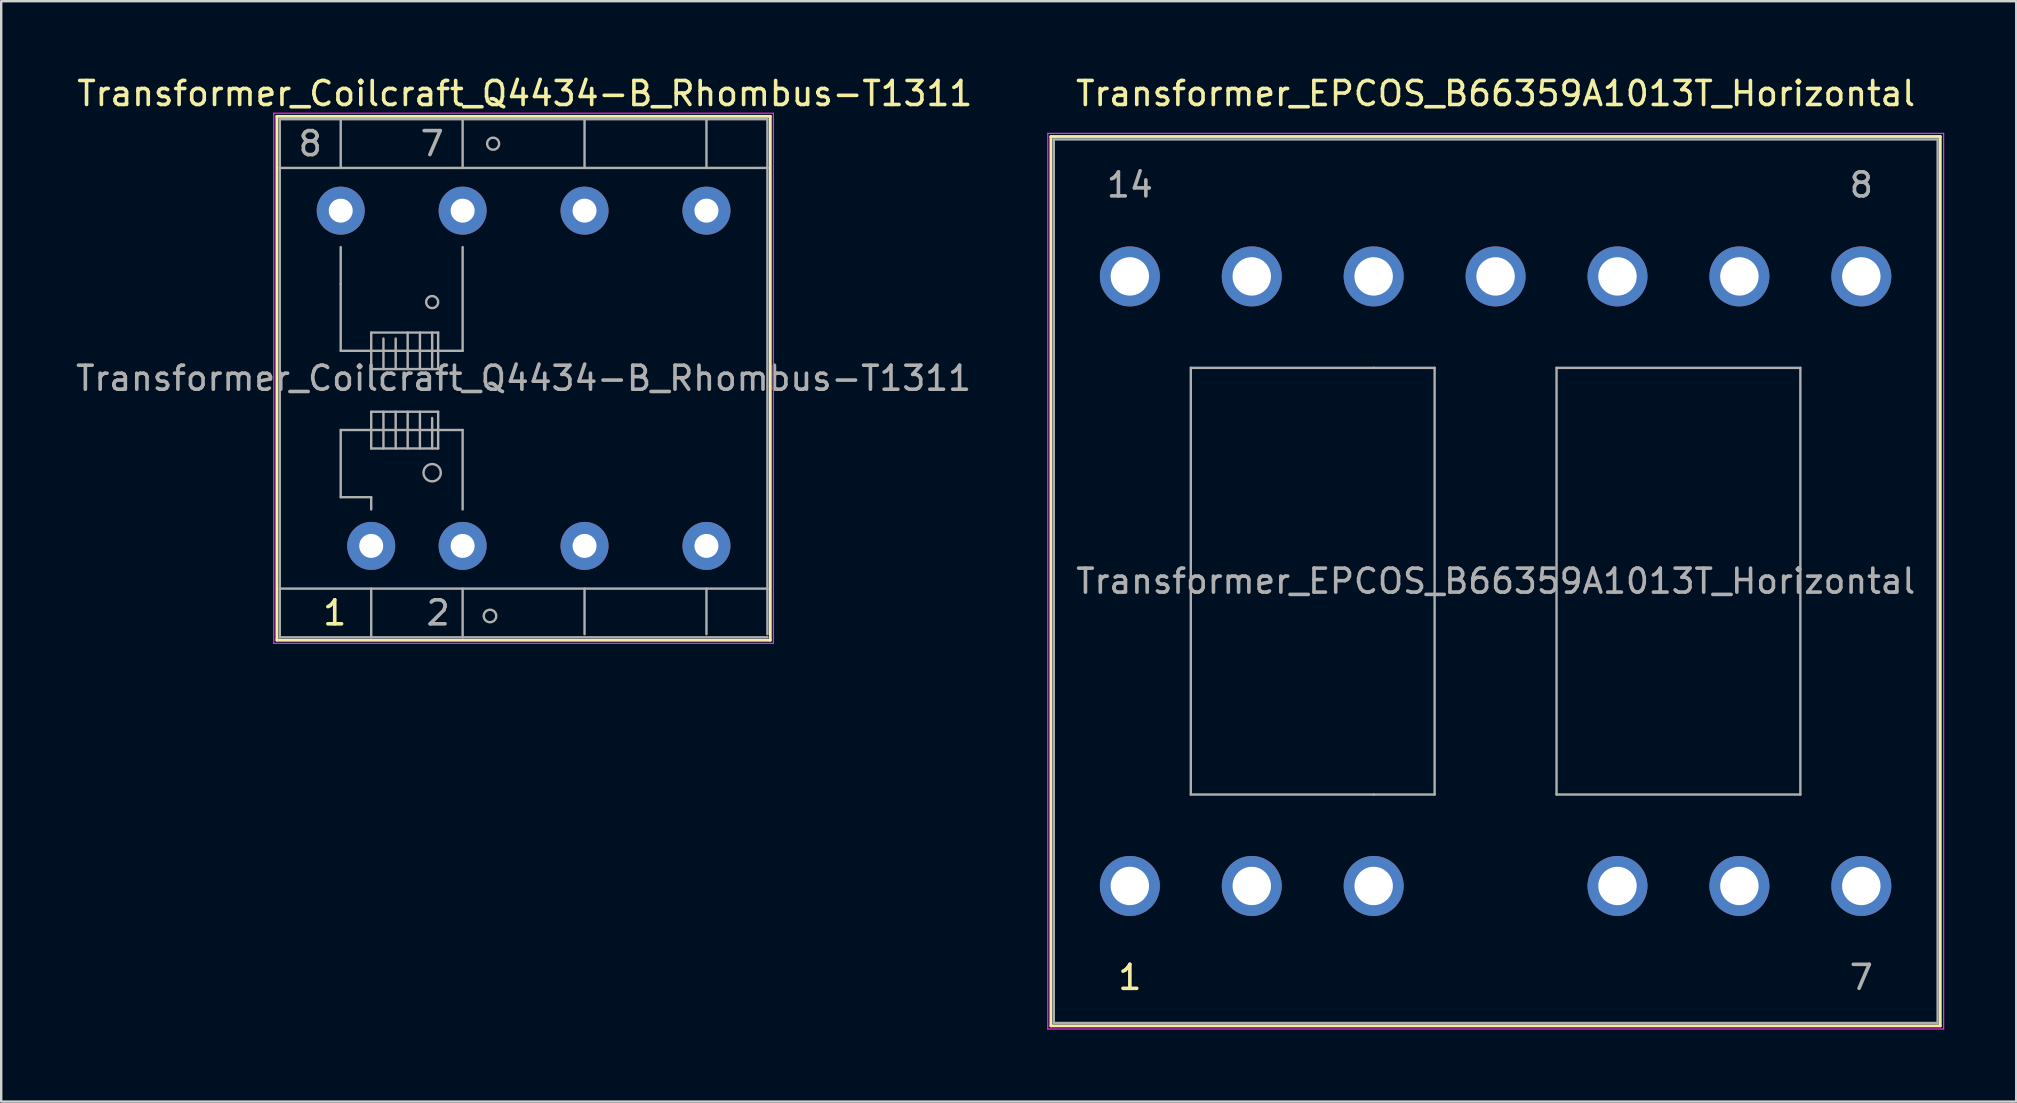
<source format=kicad_pcb>
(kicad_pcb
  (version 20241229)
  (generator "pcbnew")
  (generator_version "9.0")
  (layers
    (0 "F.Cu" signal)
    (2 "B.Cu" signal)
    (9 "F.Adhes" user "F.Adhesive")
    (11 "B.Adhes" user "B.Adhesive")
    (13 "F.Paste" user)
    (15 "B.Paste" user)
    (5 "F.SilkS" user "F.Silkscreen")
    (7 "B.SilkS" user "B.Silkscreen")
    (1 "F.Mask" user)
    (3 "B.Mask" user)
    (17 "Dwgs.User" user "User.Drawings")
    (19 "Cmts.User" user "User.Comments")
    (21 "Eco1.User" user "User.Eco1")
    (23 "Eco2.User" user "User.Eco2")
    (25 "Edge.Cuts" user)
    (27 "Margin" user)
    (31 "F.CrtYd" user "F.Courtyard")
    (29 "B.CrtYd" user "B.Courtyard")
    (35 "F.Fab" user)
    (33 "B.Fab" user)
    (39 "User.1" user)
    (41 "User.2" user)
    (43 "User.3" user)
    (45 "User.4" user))
  (footprint "Transformer_EPCOS_B66359A1013T_Horizontal"
    (layer "F.Cu")
    (at 44.031 33.868)
    (property "Reference" "Transformer_EPCOS_B66359A1013T_Horizontal" (at 15.24 -33.02 0) (layer "F.SilkS") (effects (font (size 1 1) (thickness 0.15))))
    (attr through_hole)
    (fp_line (start -3.29 -31.23) (end -3.29 5.83) (stroke (width 0.12) (type solid)) (layer "F.SilkS"))
    (fp_line (start -3.29 -31.23) (end 33.77 -31.23) (stroke (width 0.12) (type solid)) (layer "F.SilkS"))
    (fp_line (start 33.77 5.83) (end -3.29 5.83) (stroke (width 0.12) (type solid)) (layer "F.SilkS"))
    (fp_line (start 33.77 5.83) (end 33.77 -31.23) (stroke (width 0.12) (type solid)) (layer "F.SilkS"))
    (fp_line (start -3.42 -31.36) (end -3.42 5.96) (stroke (width 0.05) (type solid)) (layer "F.CrtYd"))
    (fp_line (start -3.42 -31.36) (end 33.91 -31.36) (stroke (width 0.05) (type solid)) (layer "F.CrtYd"))
    (fp_line (start 33.91 5.96) (end -3.42 5.96) (stroke (width 0.05) (type solid)) (layer "F.CrtYd"))
    (fp_line (start 33.91 5.96) (end 33.91 -31.36) (stroke (width 0.05) (type solid)) (layer "F.CrtYd"))
    (fp_line (start -3.17 -31.11) (end 33.66 -31.11) (stroke (width 0.1) (type solid)) (layer "F.Fab"))
    (fp_line (start -3.17 5.71) (end -3.17 -31.11) (stroke (width 0.1) (type solid)) (layer "F.Fab"))
    (fp_line (start 2.54 -21.59) (end 2.54 -3.81) (stroke (width 0.1) (type solid)) (layer "F.Fab"))
    (fp_line (start 2.54 -3.81) (end 10.16 -3.81) (stroke (width 0.1) (type solid)) (layer "F.Fab"))
    (fp_line (start 10.16 -21.59) (end 2.54 -21.59) (stroke (width 0.1) (type solid)) (layer "F.Fab"))
    (fp_line (start 10.16 -21.59) (end 12.7 -21.59) (stroke (width 0.1) (type solid)) (layer "F.Fab"))
    (fp_line (start 12.7 -21.59) (end 12.7 -3.81) (stroke (width 0.1) (type solid)) (layer "F.Fab"))
    (fp_line (start 12.7 -3.81) (end 10.16 -3.81) (stroke (width 0.1) (type solid)) (layer "F.Fab"))
    (fp_line (start 17.78 -21.59) (end 17.78 -3.81) (stroke (width 0.1) (type solid)) (layer "F.Fab"))
    (fp_line (start 17.78 -3.81) (end 27.94 -3.81) (stroke (width 0.1) (type solid)) (layer "F.Fab"))
    (fp_line (start 27.94 -21.59) (end 17.78 -21.59) (stroke (width 0.1) (type solid)) (layer "F.Fab"))
    (fp_line (start 27.94 -3.81) (end 27.94 -21.59) (stroke (width 0.1) (type solid)) (layer "F.Fab"))
    (fp_line (start 33.66 -31.11) (end 33.66 5.71) (stroke (width 0.1) (type solid)) (layer "F.Fab"))
    (fp_line (start 33.66 5.71) (end -3.17 5.71) (stroke (width 0.1) (type solid)) (layer "F.Fab"))
    (fp_text user "1" (at 0 3.81 0) (layer "F.SilkS") (effects (font (size 1 1) (thickness 0.15))))
    (fp_text user "7" (at 30.48 3.81 0) (layer "F.Fab") (effects (font (size 1 1) (thickness 0.15))))
    (fp_text user "14" (at 0 -29.21 0) (layer "F.Fab") (effects (font (size 1 1) (thickness 0.15))))
    (fp_text user "${REFERENCE}" (at 15.245 -12.7 0) (layer "F.Fab") (effects (font (size 1 1) (thickness 0.15))))
    (fp_text user "8" (at 30.48 -29.21 0) (layer "F.Fab") (effects (font (size 1 1) (thickness 0.15))))
    (pad "1" thru_hole circle (at 0 0) (size 2.5 2.5) (drill 1.6) (layers "*.Cu" "*.Mask"))
    (pad "2" thru_hole circle (at 5.08 0) (size 2.5 2.5) (drill 1.6) (layers "*.Cu" "*.Mask"))
    (pad "3" thru_hole circle (at 10.16 0) (size 2.5 2.5) (drill 1.6) (layers "*.Cu" "*.Mask"))
    (pad "5" thru_hole circle (at 20.32 0) (size 2.5 2.5) (drill 1.6) (layers "*.Cu" "*.Mask"))
    (pad "6" thru_hole circle (at 25.4 0) (size 2.5 2.5) (drill 1.6) (layers "*.Cu" "*.Mask"))
    (pad "7" thru_hole circle (at 30.48 0) (size 2.5 2.5) (drill 1.6) (layers "*.Cu" "*.Mask"))
    (pad "8" thru_hole circle (at 30.48 -25.4) (size 2.5 2.5) (drill 1.6) (layers "*.Cu" "*.Mask"))
    (pad "9" thru_hole circle (at 25.4 -25.4) (size 2.5 2.5) (drill 1.6) (layers "*.Cu" "*.Mask"))
    (pad "10" thru_hole circle (at 20.32 -25.4) (size 2.5 2.5) (drill 1.6) (layers "*.Cu" "*.Mask"))
    (pad "11" thru_hole circle (at 15.24 -25.4) (size 2.5 2.5) (drill 1.6) (layers "*.Cu" "*.Mask"))
    (pad "12" thru_hole circle (at 10.16 -25.4) (size 2.5 2.5) (drill 1.6) (layers "*.Cu" "*.Mask"))
    (pad "13" thru_hole circle (at 5.08 -25.4) (size 2.5 2.5) (drill 1.6) (layers "*.Cu" "*.Mask"))
    (pad "14" thru_hole circle (at 0 -25.4) (size 2.5 2.5) (drill 1.6) (layers "*.Cu" "*.Mask")))
  (footprint "Transformer_Coilcraft_Q4434-B_Rhombus-T1311"
    (layer "F.Cu")
    (at 12.418 19.698)
    (property "Reference" "Transformer_Coilcraft_Q4434-B_Rhombus-T1311" (at 6.4 -18.85 0) (layer "F.SilkS") (effects (font (size 1 1) (thickness 0.15))))
    (attr through_hole)
    (fp_line (start -3.93 -17.9) (end -3.93 3.93) (stroke (width 0.12) (type solid)) (layer "F.SilkS"))
    (fp_line (start -3.93 -17.9) (end 16.63 -17.9) (stroke (width 0.12) (type solid)) (layer "F.SilkS"))
    (fp_line (start 16.63 3.93) (end -3.93 3.93) (stroke (width 0.12) (type solid)) (layer "F.SilkS"))
    (fp_line (start 16.63 3.93) (end 16.63 -17.9) (stroke (width 0.12) (type solid)) (layer "F.SilkS"))
    (fp_line (start -4.06 -18.03) (end -4.06 4.06) (stroke (width 0.05) (type solid)) (layer "F.CrtYd"))
    (fp_line (start -4.06 -18.03) (end 16.76 -18.03) (stroke (width 0.05) (type solid)) (layer "F.CrtYd"))
    (fp_line (start 16.76 4.06) (end -4.06 4.06) (stroke (width 0.05) (type solid)) (layer "F.CrtYd"))
    (fp_line (start 16.76 4.06) (end 16.76 -18.03) (stroke (width 0.05) (type solid)) (layer "F.CrtYd"))
    (fp_line (start -3.81 -17.78) (end -3.81 -15.75) (stroke (width 0.1) (type solid)) (layer "F.Fab"))
    (fp_line (start -3.81 -15.75) (end -3.81 1.78) (stroke (width 0.1) (type solid)) (layer "F.Fab"))
    (fp_line (start -3.81 1.78) (end -3.81 3.81) (stroke (width 0.1) (type solid)) (layer "F.Fab"))
    (fp_line (start -3.81 1.78) (end 16.51 1.78) (stroke (width 0.1) (type solid)) (layer "F.Fab"))
    (fp_line (start -3.81 3.81) (end 16.51 3.81) (stroke (width 0.1) (type solid)) (layer "F.Fab"))
    (fp_line (start -1.27 -15.75) (end -1.27 -17.78) (stroke (width 0.1) (type solid)) (layer "F.Fab"))
    (fp_line (start -1.27 -12.45) (end -1.27 -10.92) (stroke (width 0.1) (type solid)) (layer "F.Fab"))
    (fp_line (start -1.27 -10.92) (end -1.27 -8.13) (stroke (width 0.1) (type solid)) (layer "F.Fab"))
    (fp_line (start -1.27 -8.13) (end 3.81 -8.13) (stroke (width 0.1) (type solid)) (layer "F.Fab"))
    (fp_line (start -1.27 -4.83) (end -1.27 -2.03) (stroke (width 0.1) (type solid)) (layer "F.Fab"))
    (fp_line (start -1.27 -2.03) (end 0 -2.03) (stroke (width 0.1) (type solid)) (layer "F.Fab"))
    (fp_line (start 0 -8.89) (end 2.79 -8.89) (stroke (width 0.1) (type solid)) (layer "F.Fab"))
    (fp_line (start 0 -7.37) (end 0 -8.89) (stroke (width 0.1) (type solid)) (layer "F.Fab"))
    (fp_line (start 0 -5.59) (end 0 -4.06) (stroke (width 0.1) (type solid)) (layer "F.Fab"))
    (fp_line (start 0 -4.83) (end -1.27 -4.83) (stroke (width 0.1) (type solid)) (layer "F.Fab"))
    (fp_line (start 0 -4.83) (end 3.81 -4.83) (stroke (width 0.1) (type solid)) (layer "F.Fab"))
    (fp_line (start 0 -4.06) (end 2.79 -4.06) (stroke (width 0.1) (type solid)) (layer "F.Fab"))
    (fp_line (start 0 -2.03) (end 0 -1.52) (stroke (width 0.1) (type solid)) (layer "F.Fab"))
    (fp_line (start 0 1.78) (end 0 3.81) (stroke (width 0.1) (type solid)) (layer "F.Fab"))
    (fp_line (start 0.51 -8.64) (end 0.51 -7.37) (stroke (width 0.1) (type solid)) (layer "F.Fab"))
    (fp_line (start 0.51 -5.59) (end 0.51 -4.06) (stroke (width 0.1) (type solid)) (layer "F.Fab"))
    (fp_line (start 1.02 -8.64) (end 1.02 -7.37) (stroke (width 0.1) (type solid)) (layer "F.Fab"))
    (fp_line (start 1.02 -5.59) (end 1.02 -4.06) (stroke (width 0.1) (type solid)) (layer "F.Fab"))
    (fp_line (start 1.52 -8.89) (end 1.52 -7.37) (stroke (width 0.1) (type solid)) (layer "F.Fab"))
    (fp_line (start 1.52 -5.59) (end 1.52 -4.06) (stroke (width 0.1) (type solid)) (layer "F.Fab"))
    (fp_line (start 2.03 -8.89) (end 2.03 -7.37) (stroke (width 0.1) (type solid)) (layer "F.Fab"))
    (fp_line (start 2.03 -5.59) (end 2.03 -4.06) (stroke (width 0.1) (type solid)) (layer "F.Fab"))
    (fp_line (start 2.54 -8.89) (end 2.54 -7.37) (stroke (width 0.1) (type solid)) (layer "F.Fab"))
    (fp_line (start 2.54 -5.33) (end 2.54 -4.06) (stroke (width 0.1) (type solid)) (layer "F.Fab"))
    (fp_line (start 2.79 -8.89) (end 2.79 -7.37) (stroke (width 0.1) (type solid)) (layer "F.Fab"))
    (fp_line (start 2.79 -7.37) (end 0 -7.37) (stroke (width 0.1) (type solid)) (layer "F.Fab"))
    (fp_line (start 2.79 -5.59) (end 0 -5.59) (stroke (width 0.1) (type solid)) (layer "F.Fab"))
    (fp_line (start 2.79 -4.06) (end 2.79 -5.59) (stroke (width 0.1) (type solid)) (layer "F.Fab"))
    (fp_line (start 3.81 -15.75) (end 3.81 -17.78) (stroke (width 0.1) (type solid)) (layer "F.Fab"))
    (fp_line (start 3.81 -8.13) (end 3.81 -12.45) (stroke (width 0.1) (type solid)) (layer "F.Fab"))
    (fp_line (start 3.81 -4.83) (end 3.81 -1.52) (stroke (width 0.1) (type solid)) (layer "F.Fab"))
    (fp_line (start 3.81 1.78) (end 3.81 3.81) (stroke (width 0.1) (type solid)) (layer "F.Fab"))
    (fp_line (start 8.89 -15.75) (end 8.89 -17.78) (stroke (width 0.1) (type solid)) (layer "F.Fab"))
    (fp_line (start 8.89 1.78) (end 8.89 3.68) (stroke (width 0.1) (type solid)) (layer "F.Fab"))
    (fp_line (start 13.97 -15.75) (end 13.97 -17.78) (stroke (width 0.1) (type solid)) (layer "F.Fab"))
    (fp_line (start 13.97 1.78) (end 13.97 3.68) (stroke (width 0.1) (type solid)) (layer "F.Fab"))
    (fp_line (start 16.51 -17.78) (end -3.81 -17.78) (stroke (width 0.1) (type solid)) (layer "F.Fab"))
    (fp_line (start 16.51 -17.78) (end 16.51 -15.75) (stroke (width 0.1) (type solid)) (layer "F.Fab"))
    (fp_line (start 16.51 -15.75) (end -3.81 -15.75) (stroke (width 0.1) (type solid)) (layer "F.Fab"))
    (fp_line (start 16.51 1.78) (end 16.51 -15.75) (stroke (width 0.1) (type solid)) (layer "F.Fab"))
    (fp_line (start 16.51 1.78) (end 16.51 3.68) (stroke (width 0.1) (type solid)) (layer "F.Fab"))
    (fp_circle (center 2.54 -10.16) (end 2.54 -9.91) (stroke (width 0.1) (type solid)) (fill no) (layer "F.Fab"))
    (fp_circle (center 2.54 -3.05) (end 2.79 -2.79) (stroke (width 0.1) (type solid)) (fill no) (layer "F.Fab"))
    (fp_circle (center 4.95 2.92) (end 4.95 3.18) (stroke (width 0.1) (type solid)) (fill no) (layer "F.Fab"))
    (fp_circle (center 5.08 -16.76) (end 5.08 -16.51) (stroke (width 0.1) (type solid)) (fill no) (layer "F.Fab"))
    (fp_text user "1" (at -1.52 2.79 0) (layer "F.SilkS") (effects (font (size 1 1) (thickness 0.15))))
    (fp_text user "7" (at 2.54 -16.76 0) (layer "F.Fab") (effects (font (size 1 1) (thickness 0.15))))
    (fp_text user "8" (at -2.54 -16.76 0) (layer "F.Fab") (effects (font (size 1 1) (thickness 0.15))))
    (fp_text user "2" (at 2.79 2.79 0) (layer "F.Fab") (effects (font (size 1 1) (thickness 0.15))))
    (fp_text user "${REFERENCE}" (at 6.35 -6.985 0) (layer "F.Fab") (effects (font (size 1 1) (thickness 0.15))))
    (pad "1" thru_hole circle (at 0 0) (size 2 2) (drill 1) (layers "*.Cu" "*.Mask"))
    (pad "2" thru_hole circle (at 3.81 0) (size 2 2) (drill 1) (layers "*.Cu" "*.Mask"))
    (pad "3" thru_hole circle (at 8.89 0) (size 2 2) (drill 1) (layers "*.Cu" "*.Mask"))
    (pad "4" thru_hole circle (at 13.97 0) (size 2 2) (drill 1) (layers "*.Cu" "*.Mask"))
    (pad "5" thru_hole circle (at 13.97 -13.97) (size 2 2) (drill 1) (layers "*.Cu" "*.Mask"))
    (pad "6" thru_hole circle (at 8.89 -13.97) (size 2 2) (drill 1) (layers "*.Cu" "*.Mask"))
    (pad "7" thru_hole circle (at 3.81 -13.97) (size 2 2) (drill 1) (layers "*.Cu" "*.Mask"))
    (pad "8" thru_hole circle (at -1.27 -13.97) (size 2 2) (drill 1) (layers "*.Cu" "*.Mask")))
  (gr_rect
    (start -3 -3)
    (end 80.966 42.853)
    (stroke (width 0.1) (type default))
    (fill no)
    (layer "Edge.Cuts")))
</source>
